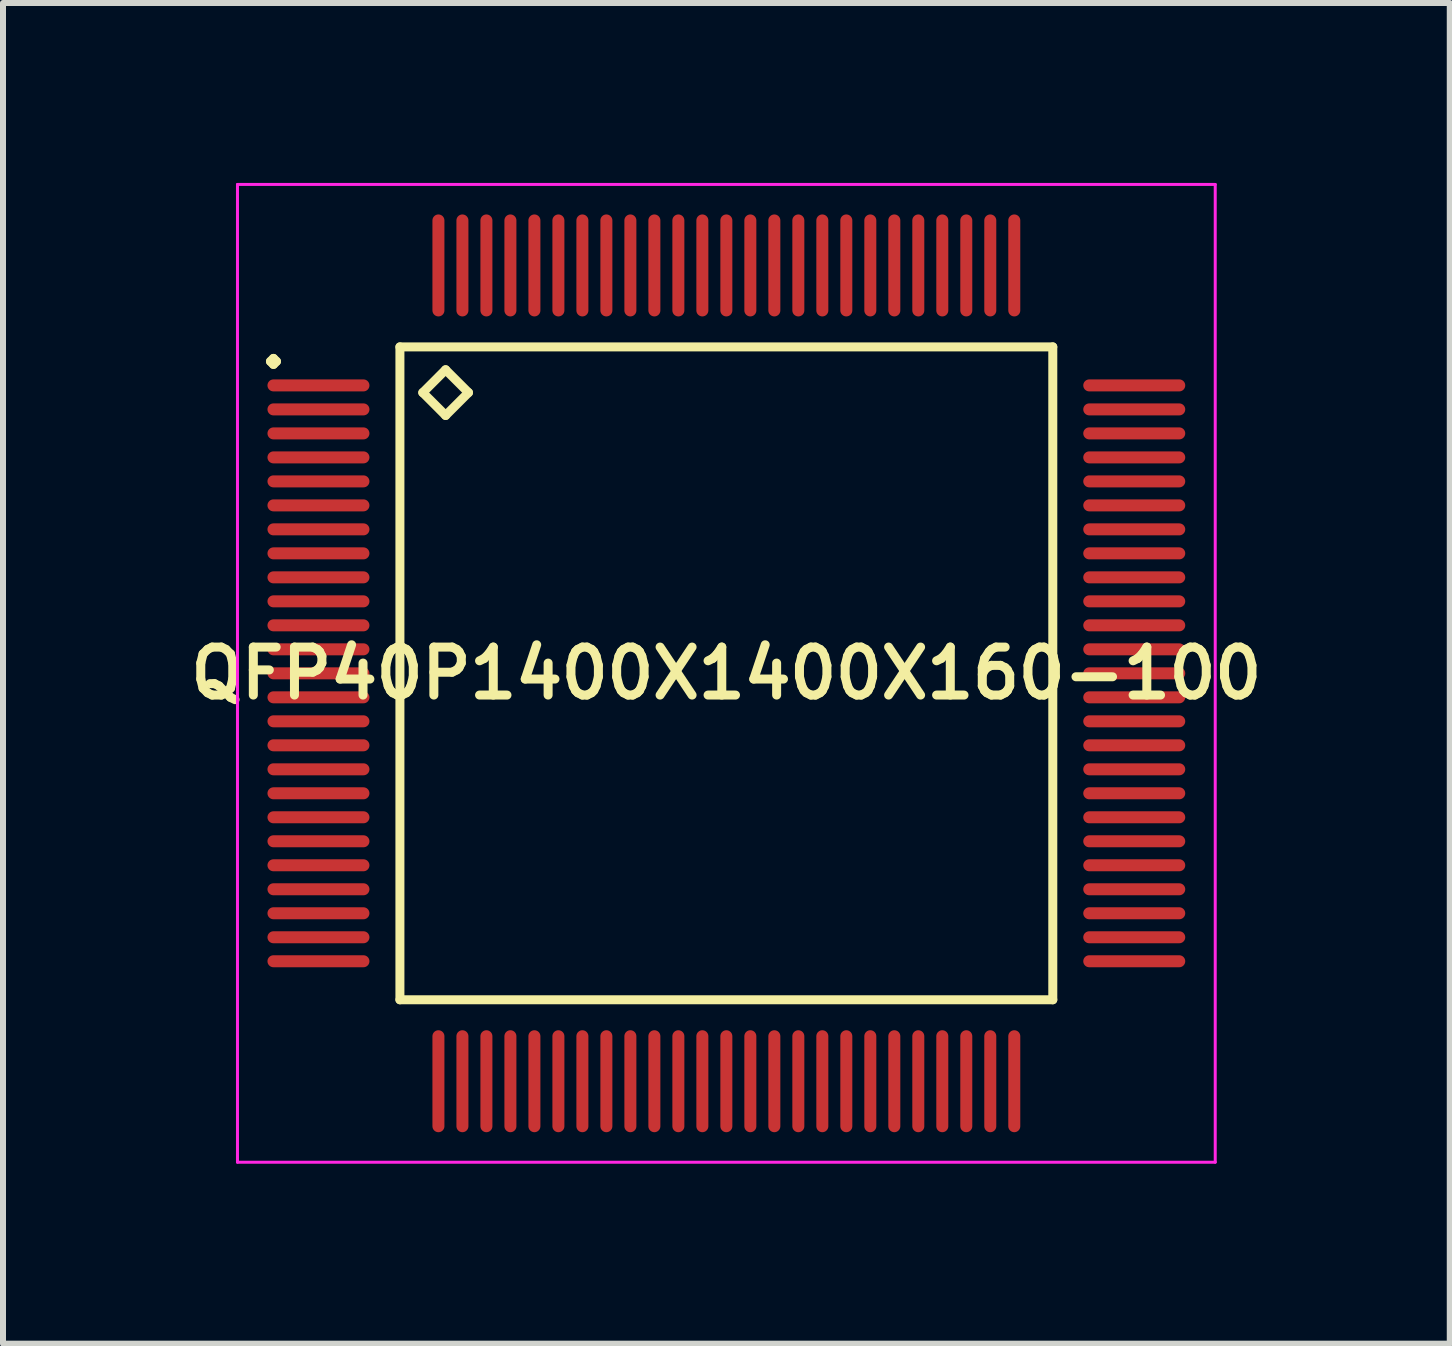
<source format=kicad_pcb>
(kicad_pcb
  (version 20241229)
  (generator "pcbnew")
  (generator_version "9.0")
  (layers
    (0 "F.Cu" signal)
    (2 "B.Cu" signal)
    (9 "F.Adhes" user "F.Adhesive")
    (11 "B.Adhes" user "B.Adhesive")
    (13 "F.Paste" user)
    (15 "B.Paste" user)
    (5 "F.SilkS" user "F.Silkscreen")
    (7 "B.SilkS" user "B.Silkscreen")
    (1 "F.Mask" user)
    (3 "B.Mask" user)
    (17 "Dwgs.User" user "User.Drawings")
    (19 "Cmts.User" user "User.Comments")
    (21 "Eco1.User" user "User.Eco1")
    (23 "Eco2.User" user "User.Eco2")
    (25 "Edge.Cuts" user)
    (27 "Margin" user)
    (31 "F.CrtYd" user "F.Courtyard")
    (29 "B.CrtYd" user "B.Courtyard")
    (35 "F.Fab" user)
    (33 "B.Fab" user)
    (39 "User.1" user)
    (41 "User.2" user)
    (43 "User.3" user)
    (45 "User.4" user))
  (footprint "QFP40P1400X1400X160-100"
    (layer "F.Cu")
    (at 9.059 8.175)
    (property "Reference" "QFP40P1400X1400X160-100" (at 0 0 0) (layer "F.SilkS") (effects (font (size 0.8 0.8) (thickness 0.15))))
    (attr smd)
    (fp_line (start -7.6 -5.2) (end -7.55 -5.25) (stroke (width 0.15) (type solid)) (layer "F.SilkS"))
    (fp_line (start -7.55 -5.25) (end -7.5 -5.2) (stroke (width 0.15) (type solid)) (layer "F.SilkS"))
    (fp_line (start -7.55 -5.15) (end -7.6 -5.2) (stroke (width 0.15) (type solid)) (layer "F.SilkS"))
    (fp_line (start -7.5 -5.2) (end -7.55 -5.15) (stroke (width 0.15) (type solid)) (layer "F.SilkS"))
    (fp_line (start -5.442 -5.442) (end -5.442 5.442) (stroke (width 0.15) (type solid)) (layer "F.SilkS"))
    (fp_line (start -5.442 5.442) (end 5.442 5.442) (stroke (width 0.15) (type solid)) (layer "F.SilkS"))
    (fp_line (start -5.061 -4.68) (end -4.68 -5.061) (stroke (width 0.15) (type solid)) (layer "F.SilkS"))
    (fp_line (start -4.68 -5.061) (end -4.299 -4.68) (stroke (width 0.15) (type solid)) (layer "F.SilkS"))
    (fp_line (start -4.68 -4.299) (end -5.061 -4.68) (stroke (width 0.15) (type solid)) (layer "F.SilkS"))
    (fp_line (start -4.299 -4.68) (end -4.68 -4.299) (stroke (width 0.15) (type solid)) (layer "F.SilkS"))
    (fp_line (start 5.442 -5.442) (end -5.442 -5.442) (stroke (width 0.15) (type solid)) (layer "F.SilkS"))
    (fp_line (start 5.442 5.442) (end 5.442 -5.442) (stroke (width 0.15) (type solid)) (layer "F.SilkS"))
    (fp_line (start -8.15 -8.15) (end 8.15 -8.15) (stroke (width 0.05) (type solid)) (layer "F.CrtYd"))
    (fp_line (start -8.15 8.15) (end -8.15 -8.15) (stroke (width 0.05) (type solid)) (layer "F.CrtYd"))
    (fp_line (start 8.15 -8.15) (end 8.15 8.15) (stroke (width 0.05) (type solid)) (layer "F.CrtYd"))
    (fp_line (start 8.15 8.15) (end -8.15 8.15) (stroke (width 0.05) (type solid)) (layer "F.CrtYd"))
    (pad "1" smd oval (at -6.8 -4.8) (size 1.7 0.2) (layers "F.Cu" "F.Mask" "F.Paste"))
    (pad "2" smd oval (at -6.8 -4.4) (size 1.7 0.2) (layers "F.Cu" "F.Mask" "F.Paste"))
    (pad "3" smd oval (at -6.8 -4) (size 1.7 0.2) (layers "F.Cu" "F.Mask" "F.Paste"))
    (pad "4" smd oval (at -6.8 -3.6) (size 1.7 0.2) (layers "F.Cu" "F.Mask" "F.Paste"))
    (pad "5" smd oval (at -6.8 -3.2) (size 1.7 0.2) (layers "F.Cu" "F.Mask" "F.Paste"))
    (pad "6" smd oval (at -6.8 -2.8) (size 1.7 0.2) (layers "F.Cu" "F.Mask" "F.Paste"))
    (pad "7" smd oval (at -6.8 -2.4) (size 1.7 0.2) (layers "F.Cu" "F.Mask" "F.Paste"))
    (pad "8" smd oval (at -6.8 -2) (size 1.7 0.2) (layers "F.Cu" "F.Mask" "F.Paste"))
    (pad "9" smd oval (at -6.8 -1.6) (size 1.7 0.2) (layers "F.Cu" "F.Mask" "F.Paste"))
    (pad "10" smd oval (at -6.8 -1.2) (size 1.7 0.2) (layers "F.Cu" "F.Mask" "F.Paste"))
    (pad "11" smd oval (at -6.8 -0.8) (size 1.7 0.2) (layers "F.Cu" "F.Mask" "F.Paste"))
    (pad "12" smd oval (at -6.8 -0.4) (size 1.7 0.2) (layers "F.Cu" "F.Mask" "F.Paste"))
    (pad "13" smd oval (at -6.8 0) (size 1.7 0.2) (layers "F.Cu" "F.Mask" "F.Paste"))
    (pad "14" smd oval (at -6.8 0.4) (size 1.7 0.2) (layers "F.Cu" "F.Mask" "F.Paste"))
    (pad "15" smd oval (at -6.8 0.8) (size 1.7 0.2) (layers "F.Cu" "F.Mask" "F.Paste"))
    (pad "16" smd oval (at -6.8 1.2) (size 1.7 0.2) (layers "F.Cu" "F.Mask" "F.Paste"))
    (pad "17" smd oval (at -6.8 1.6) (size 1.7 0.2) (layers "F.Cu" "F.Mask" "F.Paste"))
    (pad "18" smd oval (at -6.8 2) (size 1.7 0.2) (layers "F.Cu" "F.Mask" "F.Paste"))
    (pad "19" smd oval (at -6.8 2.4) (size 1.7 0.2) (layers "F.Cu" "F.Mask" "F.Paste"))
    (pad "20" smd oval (at -6.8 2.8) (size 1.7 0.2) (layers "F.Cu" "F.Mask" "F.Paste"))
    (pad "21" smd oval (at -6.8 3.2) (size 1.7 0.2) (layers "F.Cu" "F.Mask" "F.Paste"))
    (pad "22" smd oval (at -6.8 3.6) (size 1.7 0.2) (layers "F.Cu" "F.Mask" "F.Paste"))
    (pad "23" smd oval (at -6.8 4) (size 1.7 0.2) (layers "F.Cu" "F.Mask" "F.Paste"))
    (pad "24" smd oval (at -6.8 4.4) (size 1.7 0.2) (layers "F.Cu" "F.Mask" "F.Paste"))
    (pad "25" smd oval (at -6.8 4.8) (size 1.7 0.2) (layers "F.Cu" "F.Mask" "F.Paste"))
    (pad "26" smd oval (at -4.8 6.8) (size 0.2 1.7) (layers "F.Cu" "F.Mask" "F.Paste"))
    (pad "27" smd oval (at -4.4 6.8) (size 0.2 1.7) (layers "F.Cu" "F.Mask" "F.Paste"))
    (pad "28" smd oval (at -4 6.8) (size 0.2 1.7) (layers "F.Cu" "F.Mask" "F.Paste"))
    (pad "29" smd oval (at -3.6 6.8) (size 0.2 1.7) (layers "F.Cu" "F.Mask" "F.Paste"))
    (pad "30" smd oval (at -3.2 6.8) (size 0.2 1.7) (layers "F.Cu" "F.Mask" "F.Paste"))
    (pad "31" smd oval (at -2.8 6.8) (size 0.2 1.7) (layers "F.Cu" "F.Mask" "F.Paste"))
    (pad "32" smd oval (at -2.4 6.8) (size 0.2 1.7) (layers "F.Cu" "F.Mask" "F.Paste"))
    (pad "33" smd oval (at -2 6.8) (size 0.2 1.7) (layers "F.Cu" "F.Mask" "F.Paste"))
    (pad "34" smd oval (at -1.6 6.8) (size 0.2 1.7) (layers "F.Cu" "F.Mask" "F.Paste"))
    (pad "35" smd oval (at -1.2 6.8) (size 0.2 1.7) (layers "F.Cu" "F.Mask" "F.Paste"))
    (pad "36" smd oval (at -0.8 6.8) (size 0.2 1.7) (layers "F.Cu" "F.Mask" "F.Paste"))
    (pad "37" smd oval (at -0.4 6.8) (size 0.2 1.7) (layers "F.Cu" "F.Mask" "F.Paste"))
    (pad "38" smd oval (at 0 6.8) (size 0.2 1.7) (layers "F.Cu" "F.Mask" "F.Paste"))
    (pad "39" smd oval (at 0.4 6.8) (size 0.2 1.7) (layers "F.Cu" "F.Mask" "F.Paste"))
    (pad "40" smd oval (at 0.8 6.8) (size 0.2 1.7) (layers "F.Cu" "F.Mask" "F.Paste"))
    (pad "41" smd oval (at 1.2 6.8) (size 0.2 1.7) (layers "F.Cu" "F.Mask" "F.Paste"))
    (pad "42" smd oval (at 1.6 6.8) (size 0.2 1.7) (layers "F.Cu" "F.Mask" "F.Paste"))
    (pad "43" smd oval (at 2 6.8) (size 0.2 1.7) (layers "F.Cu" "F.Mask" "F.Paste"))
    (pad "44" smd oval (at 2.4 6.8) (size 0.2 1.7) (layers "F.Cu" "F.Mask" "F.Paste"))
    (pad "45" smd oval (at 2.8 6.8) (size 0.2 1.7) (layers "F.Cu" "F.Mask" "F.Paste"))
    (pad "46" smd oval (at 3.2 6.8) (size 0.2 1.7) (layers "F.Cu" "F.Mask" "F.Paste"))
    (pad "47" smd oval (at 3.6 6.8) (size 0.2 1.7) (layers "F.Cu" "F.Mask" "F.Paste"))
    (pad "48" smd oval (at 4 6.8) (size 0.2 1.7) (layers "F.Cu" "F.Mask" "F.Paste"))
    (pad "49" smd oval (at 4.4 6.8) (size 0.2 1.7) (layers "F.Cu" "F.Mask" "F.Paste"))
    (pad "50" smd oval (at 4.8 6.8) (size 0.2 1.7) (layers "F.Cu" "F.Mask" "F.Paste"))
    (pad "51" smd oval (at 6.8 4.8) (size 1.7 0.2) (layers "F.Cu" "F.Mask" "F.Paste"))
    (pad "52" smd oval (at 6.8 4.4) (size 1.7 0.2) (layers "F.Cu" "F.Mask" "F.Paste"))
    (pad "53" smd oval (at 6.8 4) (size 1.7 0.2) (layers "F.Cu" "F.Mask" "F.Paste"))
    (pad "54" smd oval (at 6.8 3.6) (size 1.7 0.2) (layers "F.Cu" "F.Mask" "F.Paste"))
    (pad "55" smd oval (at 6.8 3.2) (size 1.7 0.2) (layers "F.Cu" "F.Mask" "F.Paste"))
    (pad "56" smd oval (at 6.8 2.8) (size 1.7 0.2) (layers "F.Cu" "F.Mask" "F.Paste"))
    (pad "57" smd oval (at 6.8 2.4) (size 1.7 0.2) (layers "F.Cu" "F.Mask" "F.Paste"))
    (pad "58" smd oval (at 6.8 2) (size 1.7 0.2) (layers "F.Cu" "F.Mask" "F.Paste"))
    (pad "59" smd oval (at 6.8 1.6) (size 1.7 0.2) (layers "F.Cu" "F.Mask" "F.Paste"))
    (pad "60" smd oval (at 6.8 1.2) (size 1.7 0.2) (layers "F.Cu" "F.Mask" "F.Paste"))
    (pad "61" smd oval (at 6.8 0.8) (size 1.7 0.2) (layers "F.Cu" "F.Mask" "F.Paste"))
    (pad "62" smd oval (at 6.8 0.4) (size 1.7 0.2) (layers "F.Cu" "F.Mask" "F.Paste"))
    (pad "63" smd oval (at 6.8 0) (size 1.7 0.2) (layers "F.Cu" "F.Mask" "F.Paste"))
    (pad "64" smd oval (at 6.8 -0.4) (size 1.7 0.2) (layers "F.Cu" "F.Mask" "F.Paste"))
    (pad "65" smd oval (at 6.8 -0.8) (size 1.7 0.2) (layers "F.Cu" "F.Mask" "F.Paste"))
    (pad "66" smd oval (at 6.8 -1.2) (size 1.7 0.2) (layers "F.Cu" "F.Mask" "F.Paste"))
    (pad "67" smd oval (at 6.8 -1.6) (size 1.7 0.2) (layers "F.Cu" "F.Mask" "F.Paste"))
    (pad "68" smd oval (at 6.8 -2) (size 1.7 0.2) (layers "F.Cu" "F.Mask" "F.Paste"))
    (pad "69" smd oval (at 6.8 -2.4) (size 1.7 0.2) (layers "F.Cu" "F.Mask" "F.Paste"))
    (pad "70" smd oval (at 6.8 -2.8) (size 1.7 0.2) (layers "F.Cu" "F.Mask" "F.Paste"))
    (pad "71" smd oval (at 6.8 -3.2) (size 1.7 0.2) (layers "F.Cu" "F.Mask" "F.Paste"))
    (pad "72" smd oval (at 6.8 -3.6) (size 1.7 0.2) (layers "F.Cu" "F.Mask" "F.Paste"))
    (pad "73" smd oval (at 6.8 -4) (size 1.7 0.2) (layers "F.Cu" "F.Mask" "F.Paste"))
    (pad "74" smd oval (at 6.8 -4.4) (size 1.7 0.2) (layers "F.Cu" "F.Mask" "F.Paste"))
    (pad "75" smd oval (at 6.8 -4.8) (size 1.7 0.2) (layers "F.Cu" "F.Mask" "F.Paste"))
    (pad "76" smd oval (at 4.8 -6.8) (size 0.2 1.7) (layers "F.Cu" "F.Mask" "F.Paste"))
    (pad "77" smd oval (at 4.4 -6.8) (size 0.2 1.7) (layers "F.Cu" "F.Mask" "F.Paste"))
    (pad "78" smd oval (at 4 -6.8) (size 0.2 1.7) (layers "F.Cu" "F.Mask" "F.Paste"))
    (pad "79" smd oval (at 3.6 -6.8) (size 0.2 1.7) (layers "F.Cu" "F.Mask" "F.Paste"))
    (pad "80" smd oval (at 3.2 -6.8) (size 0.2 1.7) (layers "F.Cu" "F.Mask" "F.Paste"))
    (pad "81" smd oval (at 2.8 -6.8) (size 0.2 1.7) (layers "F.Cu" "F.Mask" "F.Paste"))
    (pad "82" smd oval (at 2.4 -6.8) (size 0.2 1.7) (layers "F.Cu" "F.Mask" "F.Paste"))
    (pad "83" smd oval (at 2 -6.8) (size 0.2 1.7) (layers "F.Cu" "F.Mask" "F.Paste"))
    (pad "84" smd oval (at 1.6 -6.8) (size 0.2 1.7) (layers "F.Cu" "F.Mask" "F.Paste"))
    (pad "85" smd oval (at 1.2 -6.8) (size 0.2 1.7) (layers "F.Cu" "F.Mask" "F.Paste"))
    (pad "86" smd oval (at 0.8 -6.8) (size 0.2 1.7) (layers "F.Cu" "F.Mask" "F.Paste"))
    (pad "87" smd oval (at 0.4 -6.8) (size 0.2 1.7) (layers "F.Cu" "F.Mask" "F.Paste"))
    (pad "88" smd oval (at 0 -6.8) (size 0.2 1.7) (layers "F.Cu" "F.Mask" "F.Paste"))
    (pad "89" smd oval (at -0.4 -6.8) (size 0.2 1.7) (layers "F.Cu" "F.Mask" "F.Paste"))
    (pad "90" smd oval (at -0.8 -6.8) (size 0.2 1.7) (layers "F.Cu" "F.Mask" "F.Paste"))
    (pad "91" smd oval (at -1.2 -6.8) (size 0.2 1.7) (layers "F.Cu" "F.Mask" "F.Paste"))
    (pad "92" smd oval (at -1.6 -6.8) (size 0.2 1.7) (layers "F.Cu" "F.Mask" "F.Paste"))
    (pad "93" smd oval (at -2 -6.8) (size 0.2 1.7) (layers "F.Cu" "F.Mask" "F.Paste"))
    (pad "94" smd oval (at -2.4 -6.8) (size 0.2 1.7) (layers "F.Cu" "F.Mask" "F.Paste"))
    (pad "95" smd oval (at -2.8 -6.8) (size 0.2 1.7) (layers "F.Cu" "F.Mask" "F.Paste"))
    (pad "96" smd oval (at -3.2 -6.8) (size 0.2 1.7) (layers "F.Cu" "F.Mask" "F.Paste"))
    (pad "97" smd oval (at -3.6 -6.8) (size 0.2 1.7) (layers "F.Cu" "F.Mask" "F.Paste"))
    (pad "98" smd oval (at -4 -6.8) (size 0.2 1.7) (layers "F.Cu" "F.Mask" "F.Paste"))
    (pad "99" smd oval (at -4.4 -6.8) (size 0.2 1.7) (layers "F.Cu" "F.Mask" "F.Paste"))
    (pad "100" smd oval (at -4.8 -6.8) (size 0.2 1.7) (layers "F.Cu" "F.Mask" "F.Paste")))
  (gr_rect
    (start -3 -3)
    (end 21.119 19.35)
    (stroke (width 0.1) (type default))
    (fill no)
    (layer "Edge.Cuts")))
</source>
